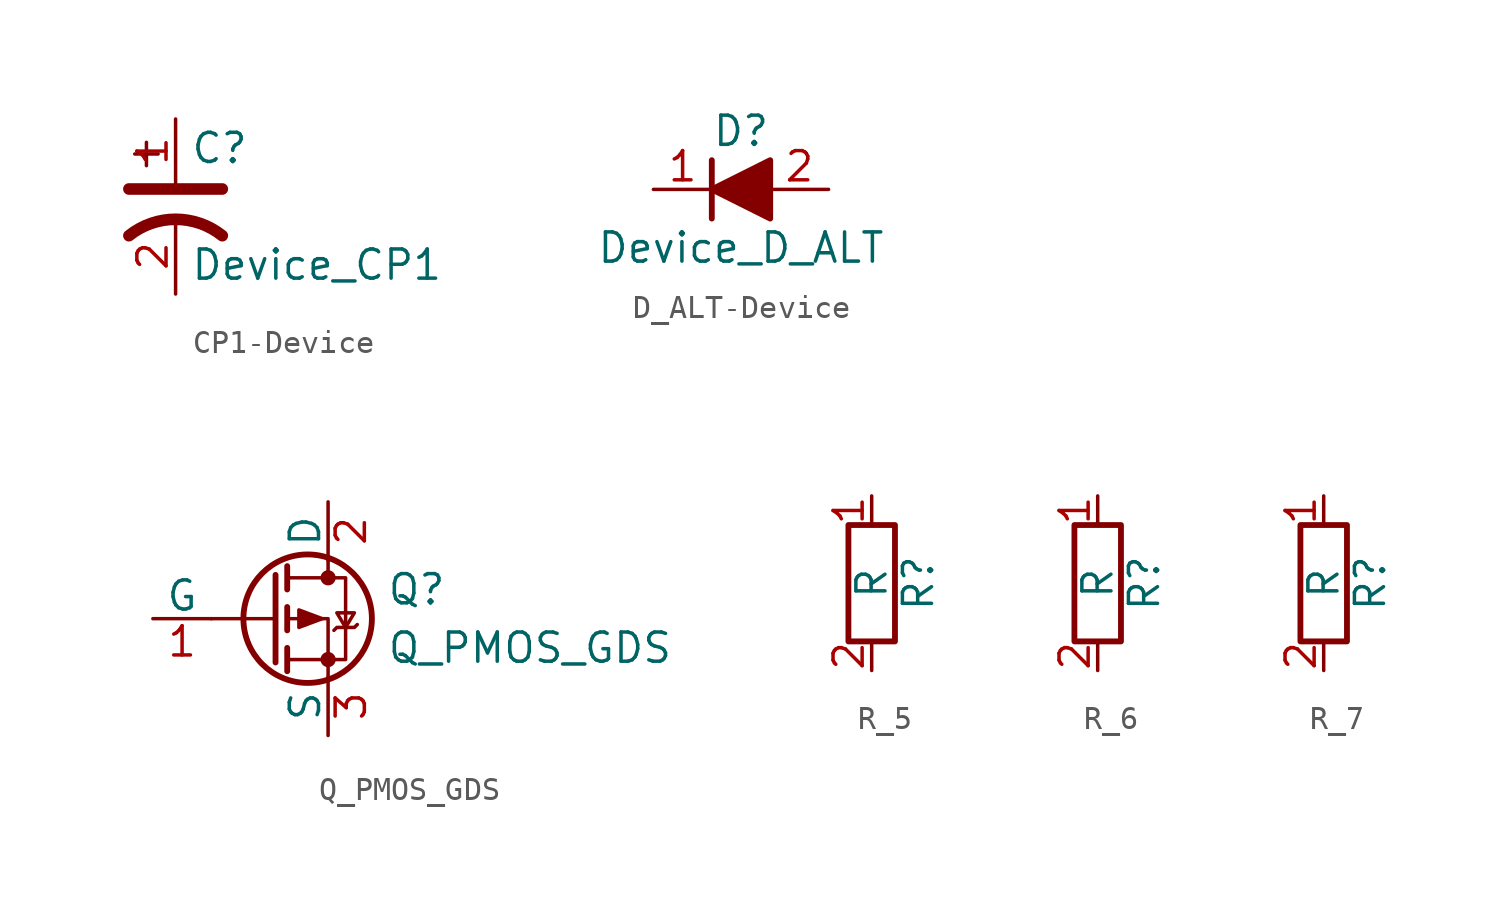
<source format=kicad_sym>
(kicad_symbol_lib
  (version 20231120)
  (generator "kicad_symbol_editor")
  (generator_version "8.0")
  (symbol "CP1-Device"
    (pin_names
      (offset 0.254) hide)
    (property "Reference" "C"
      (at 0.635 2.54 0)
      (effects (font (size 1.27 1.27)) (justify left)))
    (property "Value" "Device_CP1"
      (at 0.635 -2.54 0)
      (effects (font (size 1.27 1.27)) (justify left)))
    (symbol "CP1-Device_0_1"
      (polyline (pts (xy -2.032 0.762) (xy 2.032 0.762)) (stroke (width 0.508) (type solid)) (fill (type none)))
      (polyline (pts (xy -1.778 2.286) (xy -0.762 2.286)) (stroke (width 0) (type solid)) (fill (type none)))
      (polyline (pts (xy -1.27 1.778) (xy -1.27 2.794)) (stroke (width 0) (type solid)) (fill (type none)))
      (arc (start 2.032 -1.27) (mid 0 -0.5572) (end -2.032 -1.27) (stroke (width 0.508) (type solid)) (fill (type none))))
    (symbol "CP1-Device_1_1"
      (pin passive line (at 0 3.81 270) (length 2.794) (name "~" (effects (font (size 1.27 1.27)))) (number "1" (effects (font (size 1.27 1.27)))))
      (pin passive line (at 0 -3.81 90) (length 3.302) (name "~" (effects (font (size 1.27 1.27)))) (number "2" (effects (font (size 1.27 1.27)))))))
  (symbol "D_ALT-Device"
    (pin_names
      (offset 1.016) hide)
    (property "Reference" "D"
      (at 0 2.54 0)
      (effects (font (size 1.27 1.27))))
    (property "Value" "Device_D_ALT"
      (at 0 -2.54 0)
      (effects (font (size 1.27 1.27))))
    (symbol "D_ALT-Device_0_1"
      (polyline (pts (xy -1.27 1.27) (xy -1.27 -1.27)) (stroke (width 0.254) (type solid)) (fill (type none)))
      (polyline (pts (xy 1.27 0) (xy -1.27 0)) (stroke (width 0) (type solid)) (fill (type none)))
      (polyline (pts (xy 1.27 1.27) (xy 1.27 -1.27) (xy -1.27 0) (xy 1.27 1.27)) (stroke (width 0.254) (type solid)) (fill (type outline))))
    (symbol "D_ALT-Device_1_1"
      (pin passive line (at -3.81 0 0) (length 2.54) (name "K" (effects (font (size 1.27 1.27)))) (number "1" (effects (font (size 1.27 1.27)))))
      (pin passive line (at 3.81 0 180) (length 2.54) (name "A" (effects (font (size 1.27 1.27)))) (number "2" (effects (font (size 1.27 1.27)))))))
  (symbol "Q_PMOS_GDS"
    (pin_names
      (offset 0))
    (property "Reference" "Q"
      (at 5.08 1.27 0)
      (effects (font (size 1.27 1.27)) (justify left)))
    (property "Value" "Q_PMOS_GDS"
      (at 5.08 -1.27 0)
      (effects (font (size 1.27 1.27)) (justify left)))
    (symbol "Q_PMOS_GDS_0_1"
      (polyline (pts (xy 0.254 0) (xy -2.54 0)) (stroke (width 0) (type default)) (fill (type none)))
      (polyline (pts (xy 0.254 1.905) (xy 0.254 -1.905)) (stroke (width 0.254) (type default)) (fill (type none)))
      (polyline (pts (xy 0.762 -1.27) (xy 0.762 -2.286)) (stroke (width 0.254) (type default)) (fill (type none)))
      (polyline (pts (xy 0.762 0.508) (xy 0.762 -0.508)) (stroke (width 0.254) (type default)) (fill (type none)))
      (polyline (pts (xy 0.762 2.286) (xy 0.762 1.27)) (stroke (width 0.254) (type default)) (fill (type none)))
      (polyline (pts (xy 2.54 2.54) (xy 2.54 1.778)) (stroke (width 0) (type default)) (fill (type none)))
      (polyline (pts (xy 2.54 -2.54) (xy 2.54 0) (xy 0.762 0)) (stroke (width 0) (type default)) (fill (type none)))
      (polyline (pts (xy 0.762 1.778) (xy 3.302 1.778) (xy 3.302 -1.778) (xy 0.762 -1.778)) (stroke (width 0) (type default)) (fill (type none)))
      (polyline (pts (xy 2.286 0) (xy 1.27 0.381) (xy 1.27 -0.381) (xy 2.286 0)) (stroke (width 0) (type default)) (fill (type outline)))
      (polyline (pts (xy 2.794 -0.508) (xy 2.921 -0.381) (xy 3.683 -0.381) (xy 3.81 -0.254)) (stroke (width 0) (type default)) (fill (type none)))
      (polyline (pts (xy 3.302 -0.381) (xy 2.921 0.254) (xy 3.683 0.254) (xy 3.302 -0.381)) (stroke (width 0) (type default)) (fill (type none)))
      (circle (center 1.651 0) (radius 2.794) (stroke (width 0.254) (type default)) (fill (type none)))
      (circle (center 2.54 -1.778) (radius 0.254) (stroke (width 0) (type default)) (fill (type outline)))
      (circle (center 2.54 1.778) (radius 0.254) (stroke (width 0) (type default)) (fill (type outline))))
    (symbol "Q_PMOS_GDS_1_1"
      (pin input line (at -5.08 0 0) (length 2.54) (name "G" (effects (font (size 1.27 1.27)))) (number "1" (effects (font (size 1.27 1.27)))))
      (pin passive line (at 2.54 5.08 270) (length 2.54) (name "D" (effects (font (size 1.27 1.27)))) (number "2" (effects (font (size 1.27 1.27)))))
      (pin passive line (at 2.54 -5.08 90) (length 2.54) (name "S" (effects (font (size 1.27 1.27)))) (number "3" (effects (font (size 1.27 1.27)))))))
  (symbol "R_5"
    (pin_names
      (offset 0) hide)
    (property "Reference" "R"
      (at 2.032 0 90)
      (effects (font (size 1.27 1.27))))
    (property "Value" "R"
      (at 0 0 90)
      (effects (font (size 1.27 1.27))))
    (symbol "R_5_0_1"
      (rectangle (start -1.016 -2.54) (end 1.016 2.54) (stroke (width 0.254) (type default)) (fill (type none))))
    (symbol "R_5_1_1"
      (pin passive line (at 0 3.81 270) (length 1.27) (name "~" (effects (font (size 1.27 1.27)))) (number "1" (effects (font (size 1.27 1.27)))))
      (pin passive line (at 0 -3.81 90) (length 1.27) (name "~" (effects (font (size 1.27 1.27)))) (number "2" (effects (font (size 1.27 1.27)))))))
  (symbol "R_6"
    (pin_names
      (offset 0) hide)
    (property "Reference" "R"
      (at 2.032 0 90)
      (effects (font (size 1.27 1.27))))
    (property "Value" "R"
      (at 0 0 90)
      (effects (font (size 1.27 1.27))))
    (symbol "R_6_0_1"
      (rectangle (start -1.016 -2.54) (end 1.016 2.54) (stroke (width 0.254) (type default)) (fill (type none))))
    (symbol "R_6_1_1"
      (pin passive line (at 0 3.81 270) (length 1.27) (name "~" (effects (font (size 1.27 1.27)))) (number "1" (effects (font (size 1.27 1.27)))))
      (pin passive line (at 0 -3.81 90) (length 1.27) (name "~" (effects (font (size 1.27 1.27)))) (number "2" (effects (font (size 1.27 1.27)))))))
  (symbol "R_7"
    (pin_names
      (offset 0) hide)
    (property "Reference" "R"
      (at 2.032 0 90)
      (effects (font (size 1.27 1.27))))
    (property "Value" "R"
      (at 0 0 90)
      (effects (font (size 1.27 1.27))))
    (symbol "R_7_0_1"
      (rectangle (start -1.016 -2.54) (end 1.016 2.54) (stroke (width 0.254) (type default)) (fill (type none))))
    (symbol "R_7_1_1"
      (pin passive line (at 0 3.81 270) (length 1.27) (name "~" (effects (font (size 1.27 1.27)))) (number "1" (effects (font (size 1.27 1.27)))))
      (pin passive line (at 0 -3.81 90) (length 1.27) (name "~" (effects (font (size 1.27 1.27)))) (number "2" (effects (font (size 1.27 1.27))))))))
</source>
